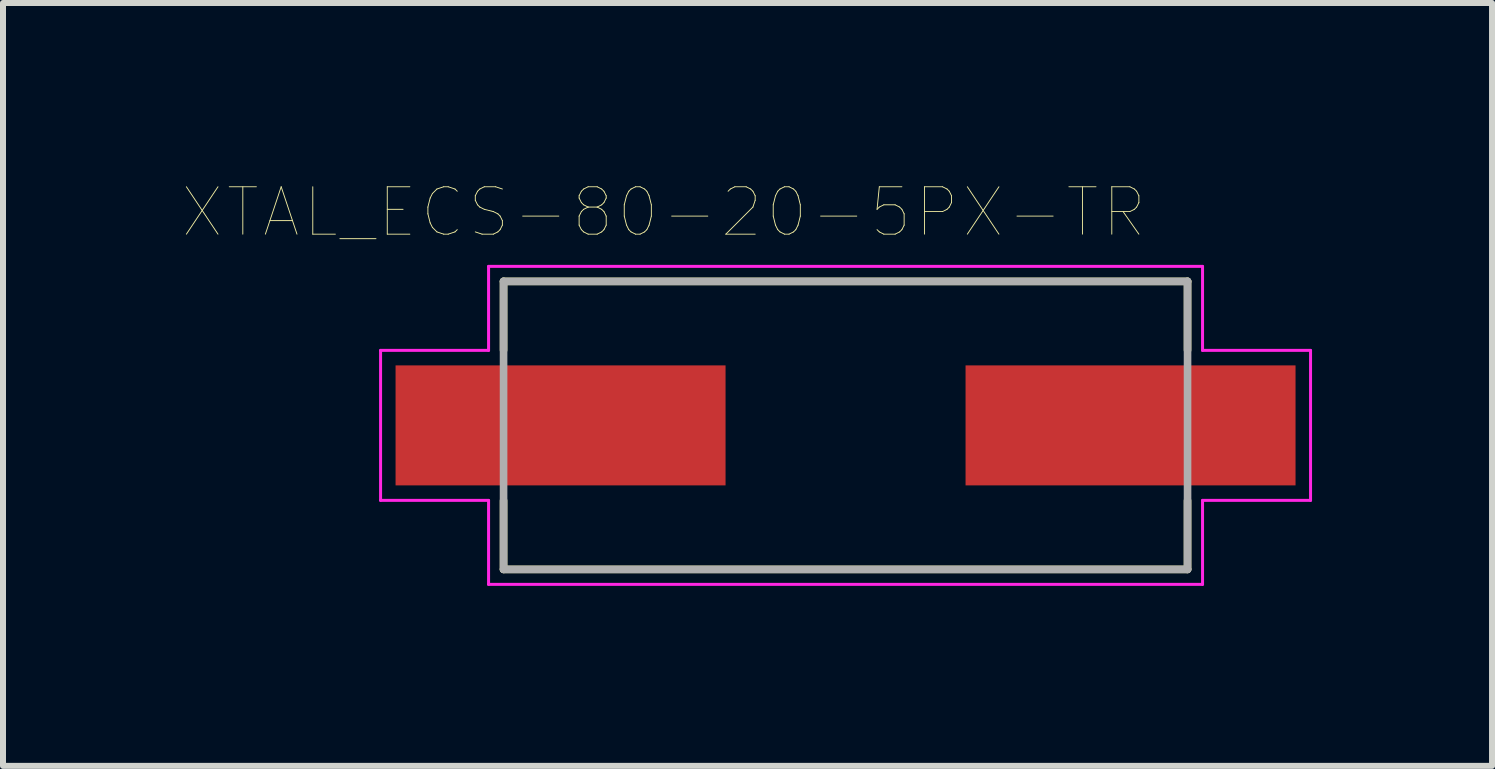
<source format=kicad_pcb>
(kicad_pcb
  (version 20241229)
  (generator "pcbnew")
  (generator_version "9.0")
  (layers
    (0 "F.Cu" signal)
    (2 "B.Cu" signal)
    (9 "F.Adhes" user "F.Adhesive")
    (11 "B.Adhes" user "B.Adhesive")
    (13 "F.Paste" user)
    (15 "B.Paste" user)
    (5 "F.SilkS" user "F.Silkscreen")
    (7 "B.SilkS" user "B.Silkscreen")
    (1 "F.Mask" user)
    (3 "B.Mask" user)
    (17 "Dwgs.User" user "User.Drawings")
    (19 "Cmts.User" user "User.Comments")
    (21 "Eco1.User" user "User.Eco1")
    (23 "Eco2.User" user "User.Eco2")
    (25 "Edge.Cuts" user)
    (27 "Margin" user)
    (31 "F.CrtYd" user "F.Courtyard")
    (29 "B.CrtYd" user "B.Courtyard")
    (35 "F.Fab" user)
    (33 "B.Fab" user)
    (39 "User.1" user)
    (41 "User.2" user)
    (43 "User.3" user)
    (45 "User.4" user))
  (footprint "XTAL_ECS-80-20-5PX-TR"
    (layer "F.Cu")
    (at 11.043 4.04)
    (property "Reference" "XTAL_ECS-80-20-5PX-TR" (at -3.03 -3.552 0) (layer "F.SilkS") (effects (font (size 0.79 0.79) (thickness 0.015))))
    (attr through_hole)
    (fp_line (start -5.7 -2.4) (end 5.7 -2.4) (stroke (width 0.127) (type solid)) (layer "F.SilkS"))
    (fp_line (start -5.7 -1.254) (end -5.7 -2.4) (stroke (width 0.127) (type solid)) (layer "F.SilkS"))
    (fp_line (start -5.7 2.4) (end -5.7 1.254) (stroke (width 0.127) (type solid)) (layer "F.SilkS"))
    (fp_line (start 5.7 -2.4) (end 5.7 -1.254) (stroke (width 0.127) (type solid)) (layer "F.SilkS"))
    (fp_line (start 5.7 1.254) (end 5.7 2.4) (stroke (width 0.127) (type solid)) (layer "F.SilkS"))
    (fp_line (start 5.7 2.4) (end -5.7 2.4) (stroke (width 0.127) (type solid)) (layer "F.SilkS"))
    (fp_line (start -7.75 -1.25) (end -5.95 -1.25) (stroke (width 0.05) (type solid)) (layer "F.CrtYd"))
    (fp_line (start -7.75 1.25) (end -7.75 -1.25) (stroke (width 0.05) (type solid)) (layer "F.CrtYd"))
    (fp_line (start -5.95 -2.65) (end 5.95 -2.65) (stroke (width 0.05) (type solid)) (layer "F.CrtYd"))
    (fp_line (start -5.95 -1.25) (end -5.95 -2.65) (stroke (width 0.05) (type solid)) (layer "F.CrtYd"))
    (fp_line (start -5.95 1.25) (end -7.75 1.25) (stroke (width 0.05) (type solid)) (layer "F.CrtYd"))
    (fp_line (start -5.95 2.65) (end -5.95 1.25) (stroke (width 0.05) (type solid)) (layer "F.CrtYd"))
    (fp_line (start 5.95 -2.65) (end 5.95 -1.25) (stroke (width 0.05) (type solid)) (layer "F.CrtYd"))
    (fp_line (start 5.95 -1.25) (end 7.75 -1.25) (stroke (width 0.05) (type solid)) (layer "F.CrtYd"))
    (fp_line (start 5.95 1.25) (end 5.95 2.65) (stroke (width 0.05) (type solid)) (layer "F.CrtYd"))
    (fp_line (start 5.95 2.65) (end -5.95 2.65) (stroke (width 0.05) (type solid)) (layer "F.CrtYd"))
    (fp_line (start 7.75 -1.25) (end 7.75 1.25) (stroke (width 0.05) (type solid)) (layer "F.CrtYd"))
    (fp_line (start 7.75 1.25) (end 5.95 1.25) (stroke (width 0.05) (type solid)) (layer "F.CrtYd"))
    (fp_line (start -5.7 -2.4) (end -5.7 2.4) (stroke (width 0.127) (type solid)) (layer "F.Fab"))
    (fp_line (start -5.7 2.4) (end 5.7 2.4) (stroke (width 0.127) (type solid)) (layer "F.Fab"))
    (fp_line (start 5.7 -2.4) (end -5.7 -2.4) (stroke (width 0.127) (type solid)) (layer "F.Fab"))
    (fp_line (start 5.7 2.4) (end 5.7 -2.4) (stroke (width 0.127) (type solid)) (layer "F.Fab"))
    (pad "1" smd rect (at -4.75 0) (size 5.5 2) (layers "F.Cu" "F.Mask" "F.Paste"))
    (pad "2" smd rect (at 4.75 0) (size 5.5 2) (layers "F.Cu" "F.Mask" "F.Paste")))
  (gr_rect
    (start -3 -3)
    (end 21.818 9.715)
    (stroke (width 0.1) (type default))
    (fill no)
    (layer "Edge.Cuts")))
</source>
